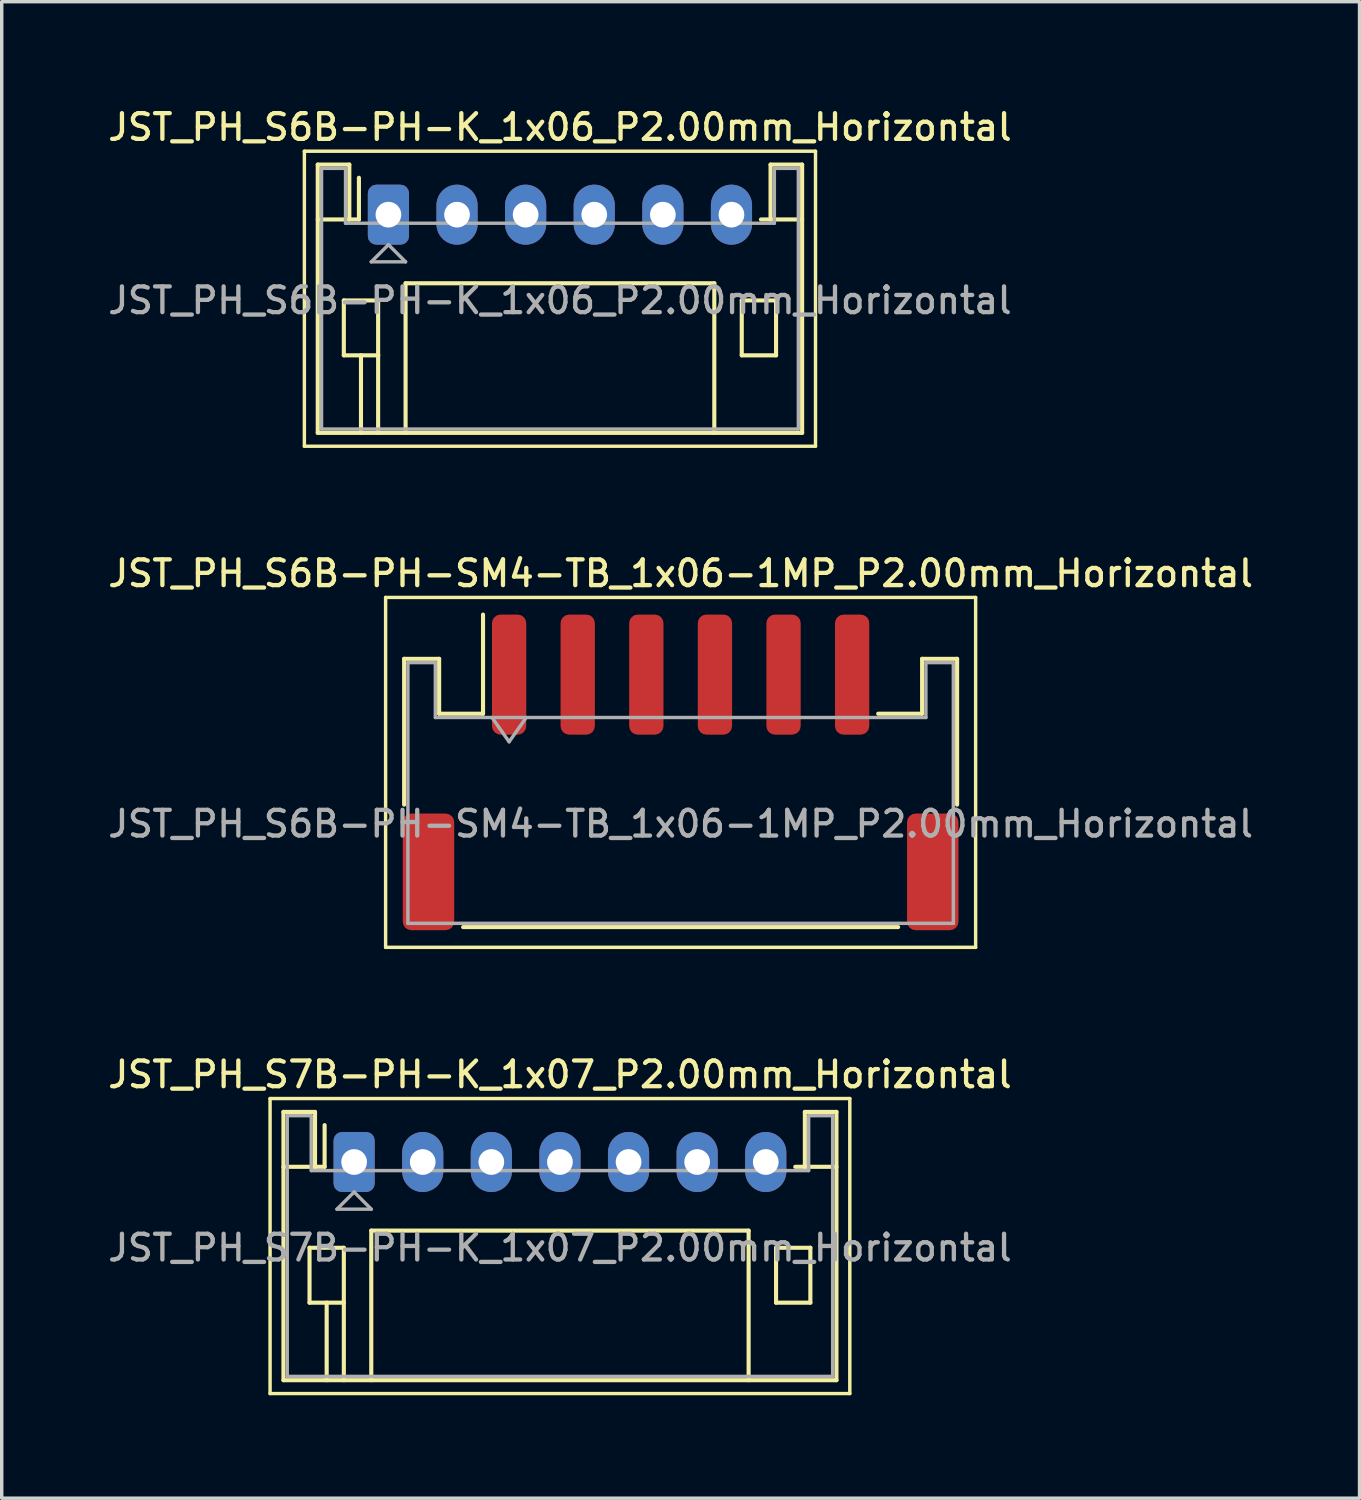
<source format=kicad_pcb>
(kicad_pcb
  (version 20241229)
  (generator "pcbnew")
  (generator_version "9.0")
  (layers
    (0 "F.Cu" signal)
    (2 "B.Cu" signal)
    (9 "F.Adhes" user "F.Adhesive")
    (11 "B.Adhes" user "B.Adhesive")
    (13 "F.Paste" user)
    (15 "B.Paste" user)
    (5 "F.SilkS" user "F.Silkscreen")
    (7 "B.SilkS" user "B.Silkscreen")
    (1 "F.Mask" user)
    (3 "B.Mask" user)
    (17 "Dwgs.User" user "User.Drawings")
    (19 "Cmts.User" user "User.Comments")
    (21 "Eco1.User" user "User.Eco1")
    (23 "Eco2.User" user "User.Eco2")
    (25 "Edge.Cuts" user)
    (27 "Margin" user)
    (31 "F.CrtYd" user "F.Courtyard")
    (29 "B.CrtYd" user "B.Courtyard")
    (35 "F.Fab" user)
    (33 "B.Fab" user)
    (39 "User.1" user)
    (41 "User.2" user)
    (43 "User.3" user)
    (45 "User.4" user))
  (footprint "JST_PH_S6B-PH-SM4-TB_1x06-1MP_P2.00mm_Horizontal"
    (layer "F.Cu")
    (at 16.791 19.466)
    (property "Reference" "JST_PH_S6B-PH-SM4-TB_1x06-1MP_P2.00mm_Horizontal" (at 0 -5.8 0) (layer "F.SilkS") (effects (font (size 0.75 0.75) (thickness 0.125))))
    (attr smd)
    (fp_line (start -8.6 -5.1) (end -8.6 5.1) (stroke (width 0.1) (type solid)) (layer "F.SilkS"))
    (fp_line (start -8.6 5.1) (end 8.6 5.1) (stroke (width 0.1) (type solid)) (layer "F.SilkS"))
    (fp_line (start -8.06 -3.31) (end -7.04 -3.31) (stroke (width 0.12) (type solid)) (layer "F.SilkS"))
    (fp_line (start -8.06 0.94) (end -8.06 -3.31) (stroke (width 0.12) (type solid)) (layer "F.SilkS"))
    (fp_line (start -7.04 -3.31) (end -7.04 -1.71) (stroke (width 0.12) (type solid)) (layer "F.SilkS"))
    (fp_line (start -7.04 -1.71) (end -5.76 -1.71) (stroke (width 0.12) (type solid)) (layer "F.SilkS"))
    (fp_line (start -6.34 4.51) (end 6.34 4.51) (stroke (width 0.12) (type solid)) (layer "F.SilkS"))
    (fp_line (start -5.76 -1.71) (end -5.76 -4.6) (stroke (width 0.12) (type solid)) (layer "F.SilkS"))
    (fp_line (start 7.04 -3.31) (end 7.04 -1.71) (stroke (width 0.12) (type solid)) (layer "F.SilkS"))
    (fp_line (start 7.04 -1.71) (end 5.76 -1.71) (stroke (width 0.12) (type solid)) (layer "F.SilkS"))
    (fp_line (start 8.06 -3.31) (end 7.04 -3.31) (stroke (width 0.12) (type solid)) (layer "F.SilkS"))
    (fp_line (start 8.06 0.94) (end 8.06 -3.31) (stroke (width 0.12) (type solid)) (layer "F.SilkS"))
    (fp_line (start 8.6 -5.1) (end -8.6 -5.1) (stroke (width 0.1) (type solid)) (layer "F.SilkS"))
    (fp_line (start 8.6 5.1) (end 8.6 -5.1) (stroke (width 0.1) (type solid)) (layer "F.SilkS"))
    (fp_line (start -7.95 -3.2) (end -7.95 4.4) (stroke (width 0.1) (type solid)) (layer "F.Fab"))
    (fp_line (start -7.95 -3.2) (end -7.15 -3.2) (stroke (width 0.1) (type solid)) (layer "F.Fab"))
    (fp_line (start -7.95 4.4) (end 7.95 4.4) (stroke (width 0.1) (type solid)) (layer "F.Fab"))
    (fp_line (start -7.15 -3.2) (end -7.15 -1.6) (stroke (width 0.1) (type solid)) (layer "F.Fab"))
    (fp_line (start -7.15 -1.6) (end 7.15 -1.6) (stroke (width 0.1) (type solid)) (layer "F.Fab"))
    (fp_line (start -5.5 -1.6) (end -5 -0.893) (stroke (width 0.1) (type solid)) (layer "F.Fab"))
    (fp_line (start -5 -0.893) (end -4.5 -1.6) (stroke (width 0.1) (type solid)) (layer "F.Fab"))
    (fp_line (start 7.15 -3.2) (end 7.95 -3.2) (stroke (width 0.1) (type solid)) (layer "F.Fab"))
    (fp_line (start 7.15 -1.6) (end 7.15 -3.2) (stroke (width 0.1) (type solid)) (layer "F.Fab"))
    (fp_line (start 7.95 -3.2) (end 7.95 4.4) (stroke (width 0.1) (type solid)) (layer "F.Fab"))
    (fp_text user "${REFERENCE}" (at 0 1.5 0) (layer "F.Fab") (effects (font (size 0.75 0.75) (thickness 0.125))))
    (pad "1" smd roundrect (at -5 -2.85) (size 1 3.5) (layers "F.Cu" "F.Mask" "F.Paste") (roundrect_rratio 0.25))
    (pad "2" smd roundrect (at -3 -2.85) (size 1 3.5) (layers "F.Cu" "F.Mask" "F.Paste") (roundrect_rratio 0.25))
    (pad "3" smd roundrect (at -1 -2.85) (size 1 3.5) (layers "F.Cu" "F.Mask" "F.Paste") (roundrect_rratio 0.25))
    (pad "4" smd roundrect (at 1 -2.85) (size 1 3.5) (layers "F.Cu" "F.Mask" "F.Paste") (roundrect_rratio 0.25))
    (pad "5" smd roundrect (at 3 -2.85) (size 1 3.5) (layers "F.Cu" "F.Mask" "F.Paste") (roundrect_rratio 0.25))
    (pad "6" smd roundrect (at 5 -2.85) (size 1 3.5) (layers "F.Cu" "F.Mask" "F.Paste") (roundrect_rratio 0.25))
    (pad "MP" smd roundrect (at -7.35 2.9) (size 1.5 3.4) (layers "F.Cu" "F.Mask" "F.Paste") (roundrect_rratio 0.167))
    (pad "MP" smd roundrect (at 7.35 2.9) (size 1.5 3.4) (layers "F.Cu" "F.Mask" "F.Paste") (roundrect_rratio 0.167)))
  (footprint "JST_PH_S7B-PH-K_1x07_P2.00mm_Horizontal"
    (layer "F.Cu")
    (at 7.273 30.824)
    (property "Reference" "JST_PH_S7B-PH-K_1x07_P2.00mm_Horizontal" (at 6 -2.55 0) (layer "F.SilkS") (effects (font (size 0.75 0.75) (thickness 0.125))))
    (attr through_hole)
    (fp_line (start -2.45 -1.85) (end -2.45 6.75) (stroke (width 0.1) (type solid)) (layer "F.SilkS"))
    (fp_line (start -2.45 6.75) (end 14.45 6.75) (stroke (width 0.1) (type solid)) (layer "F.SilkS"))
    (fp_line (start -2.06 -1.46) (end -2.06 6.36) (stroke (width 0.12) (type solid)) (layer "F.SilkS"))
    (fp_line (start -2.06 0.14) (end -1.14 0.14) (stroke (width 0.12) (type solid)) (layer "F.SilkS"))
    (fp_line (start -2.06 6.36) (end 14.06 6.36) (stroke (width 0.12) (type solid)) (layer "F.SilkS"))
    (fp_line (start -1.3 2.5) (end -1.3 4.1) (stroke (width 0.12) (type solid)) (layer "F.SilkS"))
    (fp_line (start -1.3 4.1) (end -0.3 4.1) (stroke (width 0.12) (type solid)) (layer "F.SilkS"))
    (fp_line (start -1.14 -1.46) (end -2.06 -1.46) (stroke (width 0.12) (type solid)) (layer "F.SilkS"))
    (fp_line (start -1.14 0.14) (end -1.14 -1.46) (stroke (width 0.12) (type solid)) (layer "F.SilkS"))
    (fp_line (start -0.86 0.14) (end -1.14 0.14) (stroke (width 0.12) (type solid)) (layer "F.SilkS"))
    (fp_line (start -0.86 0.14) (end -0.86 -1.075) (stroke (width 0.12) (type solid)) (layer "F.SilkS"))
    (fp_line (start -0.8 4.1) (end -0.8 6.36) (stroke (width 0.12) (type solid)) (layer "F.SilkS"))
    (fp_line (start -0.3 2.5) (end -1.3 2.5) (stroke (width 0.12) (type solid)) (layer "F.SilkS"))
    (fp_line (start -0.3 4.1) (end -0.3 2.5) (stroke (width 0.12) (type solid)) (layer "F.SilkS"))
    (fp_line (start -0.3 4.1) (end -0.3 6.36) (stroke (width 0.12) (type solid)) (layer "F.SilkS"))
    (fp_line (start 0.5 2) (end 11.5 2) (stroke (width 0.12) (type solid)) (layer "F.SilkS"))
    (fp_line (start 0.5 6.36) (end 0.5 2) (stroke (width 0.12) (type solid)) (layer "F.SilkS"))
    (fp_line (start 11.5 2) (end 11.5 6.36) (stroke (width 0.12) (type solid)) (layer "F.SilkS"))
    (fp_line (start 12.3 2.5) (end 13.3 2.5) (stroke (width 0.12) (type solid)) (layer "F.SilkS"))
    (fp_line (start 12.3 4.1) (end 12.3 2.5) (stroke (width 0.12) (type solid)) (layer "F.SilkS"))
    (fp_line (start 13.14 -1.46) (end 13.14 0.14) (stroke (width 0.12) (type solid)) (layer "F.SilkS"))
    (fp_line (start 13.14 0.14) (end 12.86 0.14) (stroke (width 0.12) (type solid)) (layer "F.SilkS"))
    (fp_line (start 13.3 2.5) (end 13.3 4.1) (stroke (width 0.12) (type solid)) (layer "F.SilkS"))
    (fp_line (start 13.3 4.1) (end 12.3 4.1) (stroke (width 0.12) (type solid)) (layer "F.SilkS"))
    (fp_line (start 14.06 -1.46) (end 13.14 -1.46) (stroke (width 0.12) (type solid)) (layer "F.SilkS"))
    (fp_line (start 14.06 0.14) (end 13.14 0.14) (stroke (width 0.12) (type solid)) (layer "F.SilkS"))
    (fp_line (start 14.06 6.36) (end 14.06 -1.46) (stroke (width 0.12) (type solid)) (layer "F.SilkS"))
    (fp_line (start 14.45 -1.85) (end -2.45 -1.85) (stroke (width 0.1) (type solid)) (layer "F.SilkS"))
    (fp_line (start 14.45 6.75) (end 14.45 -1.85) (stroke (width 0.1) (type solid)) (layer "F.SilkS"))
    (fp_line (start -1.95 -1.35) (end -1.95 6.25) (stroke (width 0.1) (type solid)) (layer "F.Fab"))
    (fp_line (start -1.95 6.25) (end 13.95 6.25) (stroke (width 0.1) (type solid)) (layer "F.Fab"))
    (fp_line (start -1.25 -1.35) (end -1.95 -1.35) (stroke (width 0.1) (type solid)) (layer "F.Fab"))
    (fp_line (start -1.25 0.25) (end -1.25 -1.35) (stroke (width 0.1) (type solid)) (layer "F.Fab"))
    (fp_line (start -0.5 1.375) (end 0.5 1.375) (stroke (width 0.1) (type solid)) (layer "F.Fab"))
    (fp_line (start 0 0.875) (end -0.5 1.375) (stroke (width 0.1) (type solid)) (layer "F.Fab"))
    (fp_line (start 0.5 1.375) (end 0 0.875) (stroke (width 0.1) (type solid)) (layer "F.Fab"))
    (fp_line (start 13.25 -1.35) (end 13.25 0.25) (stroke (width 0.1) (type solid)) (layer "F.Fab"))
    (fp_line (start 13.25 0.25) (end -1.25 0.25) (stroke (width 0.1) (type solid)) (layer "F.Fab"))
    (fp_line (start 13.95 -1.35) (end 13.25 -1.35) (stroke (width 0.1) (type solid)) (layer "F.Fab"))
    (fp_line (start 13.95 6.25) (end 13.95 -1.35) (stroke (width 0.1) (type solid)) (layer "F.Fab"))
    (fp_text user "${REFERENCE}" (at 6 2.5 0) (layer "F.Fab") (effects (font (size 0.75 0.75) (thickness 0.125))))
    (pad "1" thru_hole roundrect (at 0 0) (size 1.2 1.75) (drill 0.75) (layers "*.Cu" "*.Mask") (roundrect_rratio 0.208))
    (pad "2" thru_hole oval (at 2 0) (size 1.2 1.75) (drill 0.75) (layers "*.Cu" "*.Mask"))
    (pad "3" thru_hole oval (at 4 0) (size 1.2 1.75) (drill 0.75) (layers "*.Cu" "*.Mask"))
    (pad "4" thru_hole oval (at 6 0) (size 1.2 1.75) (drill 0.75) (layers "*.Cu" "*.Mask"))
    (pad "5" thru_hole oval (at 8 0) (size 1.2 1.75) (drill 0.75) (layers "*.Cu" "*.Mask"))
    (pad "6" thru_hole oval (at 10 0) (size 1.2 1.75) (drill 0.75) (layers "*.Cu" "*.Mask"))
    (pad "7" thru_hole oval (at 12 0) (size 1.2 1.75) (drill 0.75) (layers "*.Cu" "*.Mask")))
  (footprint "JST_PH_S6B-PH-K_1x06_P2.00mm_Horizontal"
    (layer "F.Cu")
    (at 8.273 3.208)
    (property "Reference" "JST_PH_S6B-PH-K_1x06_P2.00mm_Horizontal" (at 5 -2.55 0) (layer "F.SilkS") (effects (font (size 0.75 0.75) (thickness 0.125))))
    (attr through_hole)
    (fp_line (start -2.45 -1.85) (end -2.45 6.75) (stroke (width 0.1) (type solid)) (layer "F.SilkS"))
    (fp_line (start -2.45 6.75) (end 12.45 6.75) (stroke (width 0.1) (type solid)) (layer "F.SilkS"))
    (fp_line (start -2.06 -1.46) (end -2.06 6.36) (stroke (width 0.12) (type solid)) (layer "F.SilkS"))
    (fp_line (start -2.06 0.14) (end -1.14 0.14) (stroke (width 0.12) (type solid)) (layer "F.SilkS"))
    (fp_line (start -2.06 6.36) (end 12.06 6.36) (stroke (width 0.12) (type solid)) (layer "F.SilkS"))
    (fp_line (start -1.3 2.5) (end -1.3 4.1) (stroke (width 0.12) (type solid)) (layer "F.SilkS"))
    (fp_line (start -1.3 4.1) (end -0.3 4.1) (stroke (width 0.12) (type solid)) (layer "F.SilkS"))
    (fp_line (start -1.14 -1.46) (end -2.06 -1.46) (stroke (width 0.12) (type solid)) (layer "F.SilkS"))
    (fp_line (start -1.14 0.14) (end -1.14 -1.46) (stroke (width 0.12) (type solid)) (layer "F.SilkS"))
    (fp_line (start -0.86 0.14) (end -1.14 0.14) (stroke (width 0.12) (type solid)) (layer "F.SilkS"))
    (fp_line (start -0.86 0.14) (end -0.86 -1.075) (stroke (width 0.12) (type solid)) (layer "F.SilkS"))
    (fp_line (start -0.8 4.1) (end -0.8 6.36) (stroke (width 0.12) (type solid)) (layer "F.SilkS"))
    (fp_line (start -0.3 2.5) (end -1.3 2.5) (stroke (width 0.12) (type solid)) (layer "F.SilkS"))
    (fp_line (start -0.3 4.1) (end -0.3 2.5) (stroke (width 0.12) (type solid)) (layer "F.SilkS"))
    (fp_line (start -0.3 4.1) (end -0.3 6.36) (stroke (width 0.12) (type solid)) (layer "F.SilkS"))
    (fp_line (start 0.5 2) (end 9.5 2) (stroke (width 0.12) (type solid)) (layer "F.SilkS"))
    (fp_line (start 0.5 6.36) (end 0.5 2) (stroke (width 0.12) (type solid)) (layer "F.SilkS"))
    (fp_line (start 9.5 2) (end 9.5 6.36) (stroke (width 0.12) (type solid)) (layer "F.SilkS"))
    (fp_line (start 10.3 2.5) (end 11.3 2.5) (stroke (width 0.12) (type solid)) (layer "F.SilkS"))
    (fp_line (start 10.3 4.1) (end 10.3 2.5) (stroke (width 0.12) (type solid)) (layer "F.SilkS"))
    (fp_line (start 11.14 -1.46) (end 11.14 0.14) (stroke (width 0.12) (type solid)) (layer "F.SilkS"))
    (fp_line (start 11.14 0.14) (end 10.86 0.14) (stroke (width 0.12) (type solid)) (layer "F.SilkS"))
    (fp_line (start 11.3 2.5) (end 11.3 4.1) (stroke (width 0.12) (type solid)) (layer "F.SilkS"))
    (fp_line (start 11.3 4.1) (end 10.3 4.1) (stroke (width 0.12) (type solid)) (layer "F.SilkS"))
    (fp_line (start 12.06 -1.46) (end 11.14 -1.46) (stroke (width 0.12) (type solid)) (layer "F.SilkS"))
    (fp_line (start 12.06 0.14) (end 11.14 0.14) (stroke (width 0.12) (type solid)) (layer "F.SilkS"))
    (fp_line (start 12.06 6.36) (end 12.06 -1.46) (stroke (width 0.12) (type solid)) (layer "F.SilkS"))
    (fp_line (start 12.45 -1.85) (end -2.45 -1.85) (stroke (width 0.1) (type solid)) (layer "F.SilkS"))
    (fp_line (start 12.45 6.75) (end 12.45 -1.85) (stroke (width 0.1) (type solid)) (layer "F.SilkS"))
    (fp_line (start -1.95 -1.35) (end -1.95 6.25) (stroke (width 0.1) (type solid)) (layer "F.Fab"))
    (fp_line (start -1.95 6.25) (end 11.95 6.25) (stroke (width 0.1) (type solid)) (layer "F.Fab"))
    (fp_line (start -1.25 -1.35) (end -1.95 -1.35) (stroke (width 0.1) (type solid)) (layer "F.Fab"))
    (fp_line (start -1.25 0.25) (end -1.25 -1.35) (stroke (width 0.1) (type solid)) (layer "F.Fab"))
    (fp_line (start -0.5 1.375) (end 0.5 1.375) (stroke (width 0.1) (type solid)) (layer "F.Fab"))
    (fp_line (start 0 0.875) (end -0.5 1.375) (stroke (width 0.1) (type solid)) (layer "F.Fab"))
    (fp_line (start 0.5 1.375) (end 0 0.875) (stroke (width 0.1) (type solid)) (layer "F.Fab"))
    (fp_line (start 11.25 -1.35) (end 11.25 0.25) (stroke (width 0.1) (type solid)) (layer "F.Fab"))
    (fp_line (start 11.25 0.25) (end -1.25 0.25) (stroke (width 0.1) (type solid)) (layer "F.Fab"))
    (fp_line (start 11.95 -1.35) (end 11.25 -1.35) (stroke (width 0.1) (type solid)) (layer "F.Fab"))
    (fp_line (start 11.95 6.25) (end 11.95 -1.35) (stroke (width 0.1) (type solid)) (layer "F.Fab"))
    (fp_text user "${REFERENCE}" (at 5 2.5 0) (layer "F.Fab") (effects (font (size 0.75 0.75) (thickness 0.125))))
    (pad "1" thru_hole roundrect (at 0 0) (size 1.2 1.75) (drill 0.75) (layers "*.Cu" "*.Mask") (roundrect_rratio 0.208))
    (pad "2" thru_hole oval (at 2 0) (size 1.2 1.75) (drill 0.75) (layers "*.Cu" "*.Mask"))
    (pad "3" thru_hole oval (at 4 0) (size 1.2 1.75) (drill 0.75) (layers "*.Cu" "*.Mask"))
    (pad "4" thru_hole oval (at 6 0) (size 1.2 1.75) (drill 0.75) (layers "*.Cu" "*.Mask"))
    (pad "5" thru_hole oval (at 8 0) (size 1.2 1.75) (drill 0.75) (layers "*.Cu" "*.Mask"))
    (pad "6" thru_hole oval (at 10 0) (size 1.2 1.75) (drill 0.75) (layers "*.Cu" "*.Mask")))
  (gr_rect
    (start -3 -3)
    (end 36.582 40.624)
    (stroke (width 0.1) (type default))
    (fill no)
    (layer "Edge.Cuts")))
</source>
